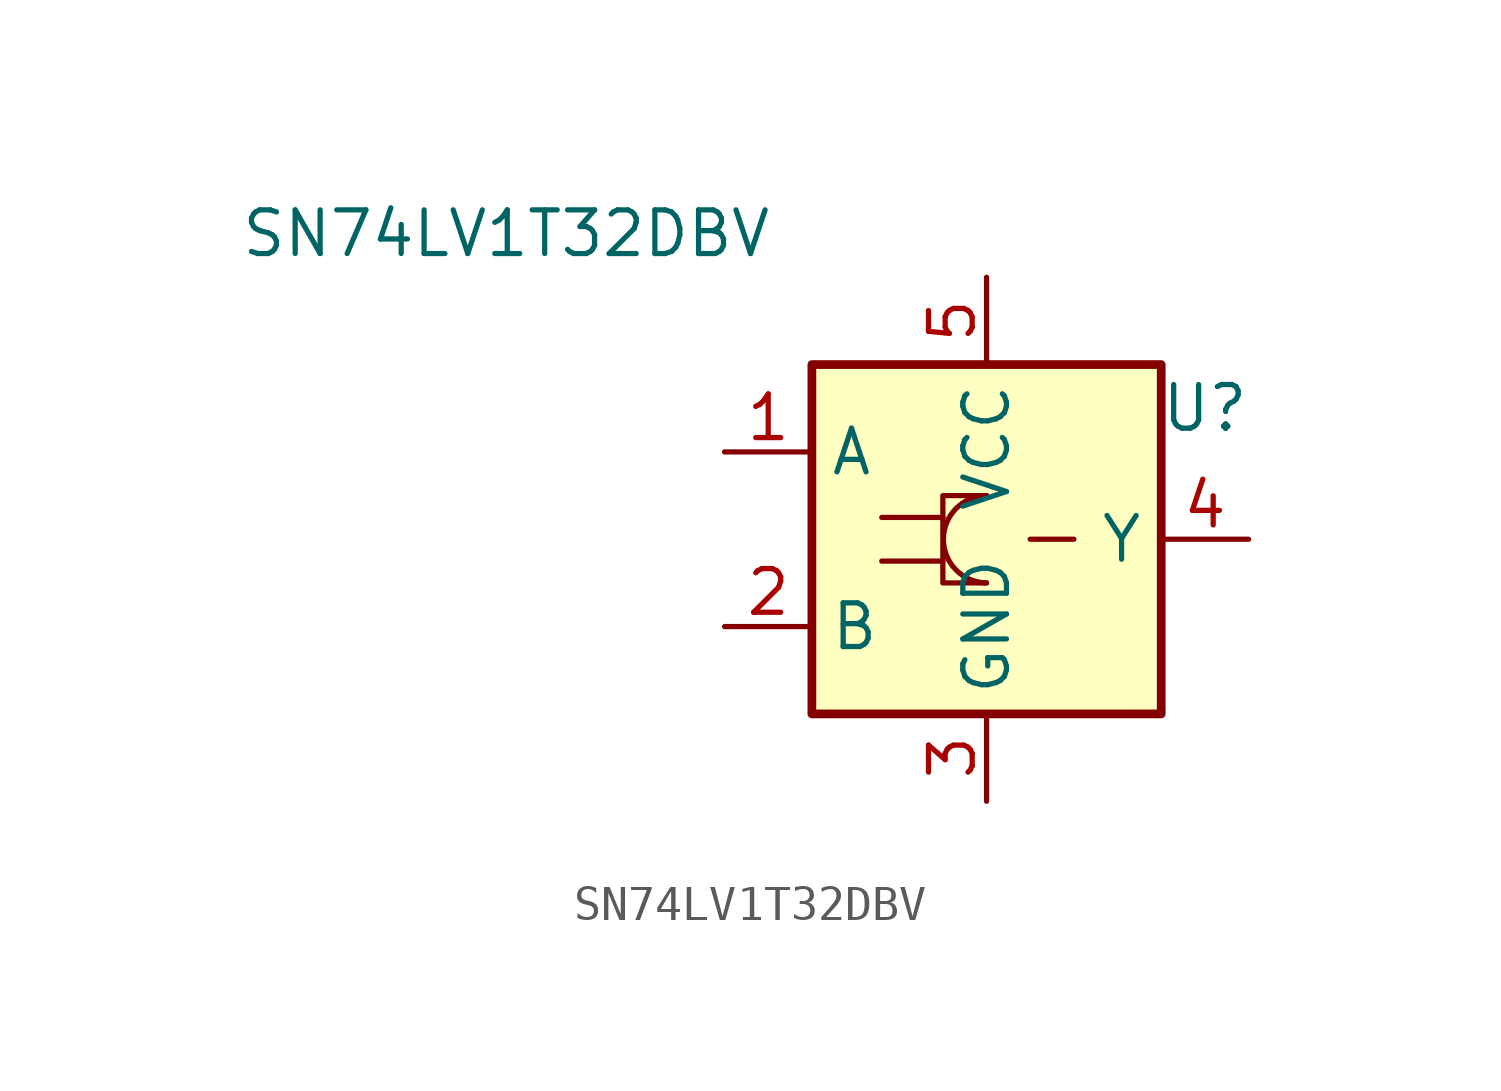
<source format=kicad_sym>
(kicad_symbol_lib
  (version 20211014)
  (generator kicad_symbol_editor)
  (symbol "SN74LV1T32DBV"
    (property "Reference" "U"
      (at 6.35 3.81 0)
      (effects (font (size 1.27 1.27))))
    (property "Value" "SN74LV1T32DBV"
      (at -13.97 8.89 0)
      (effects (font (size 1.27 1.27))))
    (symbol "SN74LV1T32DBV_0_1"
      (rectangle (start -5.08 5.08) (end 5.08 -5.08) (stroke (width 0.254) (type default) (color 0 0 0 0)) (fill (type background)))
      (polyline (pts (xy -1.27 -0.635) (xy -3.048 -0.635)) (stroke (width 0) (type default) (color 0 0 0 0)) (fill (type none)))
      (polyline (pts (xy -1.27 0.635) (xy -3.048 0.635)) (stroke (width 0) (type default) (color 0 0 0 0)) (fill (type none)))
      (polyline (pts (xy 1.27 0) (xy 2.54 0)) (stroke (width 0) (type default) (color 0 0 0 0)) (fill (type none)))
      (polyline (pts (xy 0 1.27) (xy -1.27 1.27) (xy -1.27 -1.27) (xy 0 -1.27)) (stroke (width 0) (type default) (color 0 0 0 0)) (fill (type none)))
      (arc (start 0 1.27) (mid -1.286 0) (end 0 -1.27) (stroke (width 0) (type default) (color 0 0 0 0)) (fill (type none))))
    (symbol "SN74LV1T32DBV_1_1"
      (pin input line (at -7.62 2.54 0) (length 2.54) (name "A" (effects (font (size 1.27 1.27)))) (number "1" (effects (font (size 1.27 1.27)))))
      (pin input line (at -7.62 -2.54 0) (length 2.54) (name "B" (effects (font (size 1.27 1.27)))) (number "2" (effects (font (size 1.27 1.27)))))
      (pin power_in line (at 0 -7.62 90) (length 2.54) (name "GND" (effects (font (size 1.27 1.27)))) (number "3" (effects (font (size 1.27 1.27)))))
      (pin output line (at 7.62 0 180) (length 2.54) (name "Y" (effects (font (size 1.27 1.27)))) (number "4" (effects (font (size 1.27 1.27)))))
      (pin power_in line (at 0 7.62 270) (length 2.54) (name "VCC" (effects (font (size 1.27 1.27)))) (number "5" (effects (font (size 1.27 1.27))))))))
</source>
